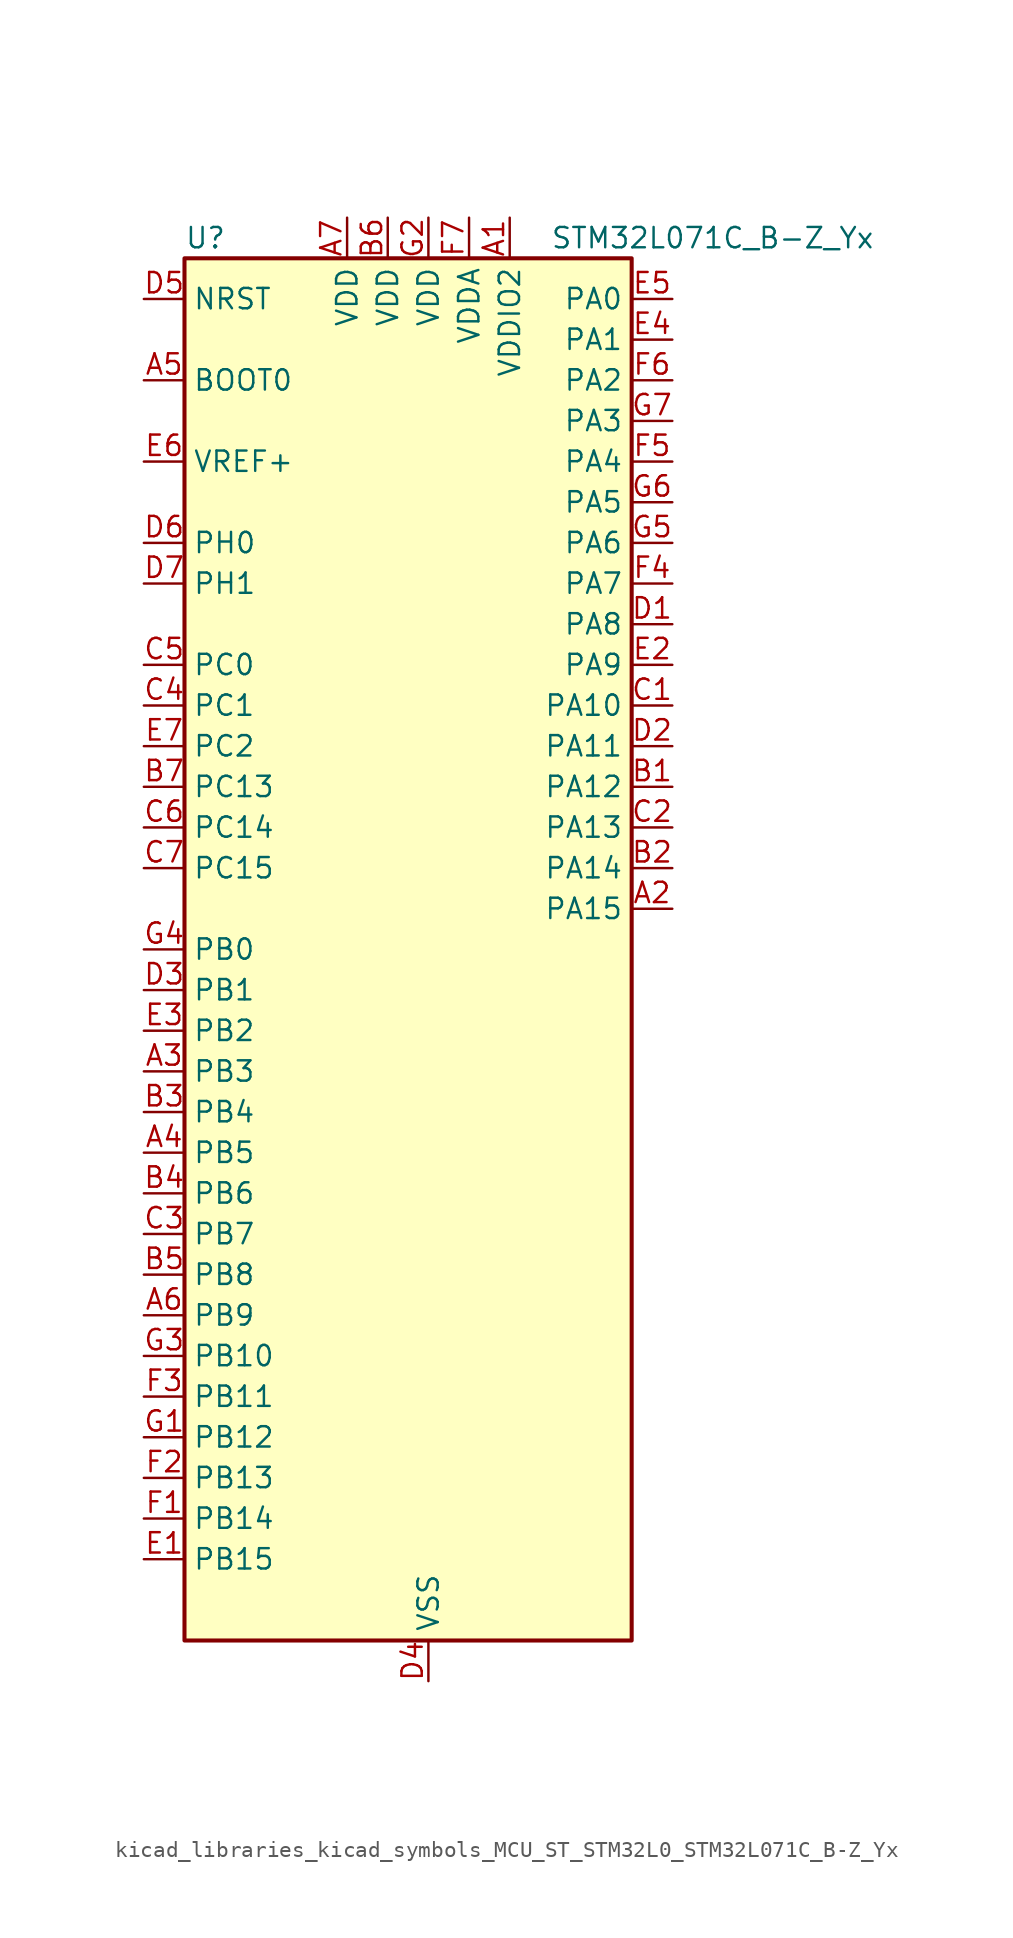
<source format=kicad_sym>
(kicad_symbol_lib
  (version 20220914)
  (generator kicad_symbol_editor)
  (symbol "kicad_libraries_kicad_symbols_MCU_ST_STM32L0_STM32L071C_B-Z_Yx"
    (property "Reference" "U"
      (at -12.7 44.45 0)
      (effects (font (size 1.27 1.27)) (justify left)))
    (property "Value" "STM32L071C_B-Z_Yx"
      (at 10.16 44.45 0)
      (effects (font (size 1.27 1.27)) (justify left)))
    (property "ki_locked" ""
      (at 0 0 0)
      (effects (font (size 1.27 1.27))))
    (symbol "kicad_libraries_kicad_symbols_MCU_ST_STM32L0_STM32L071C_B-Z_Yx_0_1"
      (rectangle (start -12.7 -43.18) (end 15.24 43.18) (stroke (width 0.254) (type default)) (fill (type background))))
    (symbol "kicad_libraries_kicad_symbols_MCU_ST_STM32L0_STM32L071C_B-Z_Yx_1_1"
      (pin power_in line (at 7.62 45.72 270) (length 2.54) (name "VDDIO2" (effects (font (size 1.27 1.27)))) (number "A1" (effects (font (size 1.27 1.27)))))
      (pin bidirectional line (at 17.78 2.54 180) (length 2.54) (name "PA15" (effects (font (size 1.27 1.27)))) (number "A2" (effects (font (size 1.27 1.27)))) (alternate "SPI1_NSS" bidirectional line) (alternate "TIM2_CH1" bidirectional line) (alternate "TIM2_ETR" bidirectional line) (alternate "USART2_RX" bidirectional line) (alternate "USART4_DE" bidirectional line) (alternate "USART4_RTS" bidirectional line))
      (pin bidirectional line (at -15.24 -7.62 0) (length 2.54) (name "PB3" (effects (font (size 1.27 1.27)))) (number "A3" (effects (font (size 1.27 1.27)))) (alternate "COMP2_INM" bidirectional line) (alternate "SPI1_SCK" bidirectional line) (alternate "TIM2_CH2" bidirectional line) (alternate "USART1_DE" bidirectional line) (alternate "USART1_RTS" bidirectional line) (alternate "USART5_TX" bidirectional line))
      (pin bidirectional line (at -15.24 -12.7 0) (length 2.54) (name "PB5" (effects (font (size 1.27 1.27)))) (number "A4" (effects (font (size 1.27 1.27)))) (alternate "COMP2_INP" bidirectional line) (alternate "I2C1_SMBA" bidirectional line) (alternate "LPTIM1_IN1" bidirectional line) (alternate "SPI1_MOSI" bidirectional line) (alternate "TIM22_CH2" bidirectional line) (alternate "TIM3_CH2" bidirectional line) (alternate "USART1_CK" bidirectional line) (alternate "USART5_CK" bidirectional line) (alternate "USART5_DE" bidirectional line) (alternate "USART5_RTS" bidirectional line))
      (pin input line (at -15.24 35.56 0) (length 2.54) (name "BOOT0" (effects (font (size 1.27 1.27)))) (number "A5" (effects (font (size 1.27 1.27)))))
      (pin bidirectional line (at -15.24 -22.86 0) (length 2.54) (name "PB9" (effects (font (size 1.27 1.27)))) (number "A6" (effects (font (size 1.27 1.27)))) (alternate "I2C1_SDA" bidirectional line) (alternate "I2S2_WS" bidirectional line) (alternate "SPI2_NSS" bidirectional line))
      (pin power_in line (at -2.54 45.72 270) (length 2.54) (name "VDD" (effects (font (size 1.27 1.27)))) (number "A7" (effects (font (size 1.27 1.27)))))
      (pin bidirectional line (at 17.78 10.16 180) (length 2.54) (name "PA12" (effects (font (size 1.27 1.27)))) (number "B1" (effects (font (size 1.27 1.27)))) (alternate "COMP2_OUT" bidirectional line) (alternate "SPI1_MOSI" bidirectional line) (alternate "USART1_DE" bidirectional line) (alternate "USART1_RTS" bidirectional line))
      (pin bidirectional line (at 17.78 5.08 180) (length 2.54) (name "PA14" (effects (font (size 1.27 1.27)))) (number "B2" (effects (font (size 1.27 1.27)))) (alternate "LPUART1_TX" bidirectional line) (alternate "SYS_SWCLK" bidirectional line) (alternate "USART2_TX" bidirectional line))
      (pin bidirectional line (at -15.24 -10.16 0) (length 2.54) (name "PB4" (effects (font (size 1.27 1.27)))) (number "B3" (effects (font (size 1.27 1.27)))) (alternate "COMP2_INP" bidirectional line) (alternate "I2C3_SDA" bidirectional line) (alternate "SPI1_MISO" bidirectional line) (alternate "TIM22_CH1" bidirectional line) (alternate "TIM3_CH1" bidirectional line) (alternate "USART1_CTS" bidirectional line) (alternate "USART5_RX" bidirectional line))
      (pin bidirectional line (at -15.24 -15.24 0) (length 2.54) (name "PB6" (effects (font (size 1.27 1.27)))) (number "B4" (effects (font (size 1.27 1.27)))) (alternate "COMP2_INP" bidirectional line) (alternate "I2C1_SCL" bidirectional line) (alternate "LPTIM1_ETR" bidirectional line) (alternate "USART1_TX" bidirectional line))
      (pin bidirectional line (at -15.24 -20.32 0) (length 2.54) (name "PB8" (effects (font (size 1.27 1.27)))) (number "B5" (effects (font (size 1.27 1.27)))) (alternate "I2C1_SCL" bidirectional line))
      (pin power_in line (at 0 45.72 270) (length 2.54) (name "VDD" (effects (font (size 1.27 1.27)))) (number "B6" (effects (font (size 1.27 1.27)))))
      (pin bidirectional line (at -15.24 10.16 0) (length 2.54) (name "PC13" (effects (font (size 1.27 1.27)))) (number "B7" (effects (font (size 1.27 1.27)))) (alternate "RTC_OUT_ALARM" bidirectional line) (alternate "RTC_OUT_CALIB" bidirectional line) (alternate "RTC_TAMP1" bidirectional line) (alternate "RTC_TS" bidirectional line) (alternate "SYS_WKUP2" bidirectional line))
      (pin bidirectional line (at 17.78 15.24 180) (length 2.54) (name "PA10" (effects (font (size 1.27 1.27)))) (number "C1" (effects (font (size 1.27 1.27)))) (alternate "I2C1_SDA" bidirectional line) (alternate "USART1_RX" bidirectional line))
      (pin bidirectional line (at 17.78 7.62 180) (length 2.54) (name "PA13" (effects (font (size 1.27 1.27)))) (number "C2" (effects (font (size 1.27 1.27)))) (alternate "LPUART1_RX" bidirectional line) (alternate "SYS_SWDIO" bidirectional line))
      (pin bidirectional line (at -15.24 -17.78 0) (length 2.54) (name "PB7" (effects (font (size 1.27 1.27)))) (number "C3" (effects (font (size 1.27 1.27)))) (alternate "COMP2_INP" bidirectional line) (alternate "I2C1_SDA" bidirectional line) (alternate "LPTIM1_IN2" bidirectional line) (alternate "SYS_PVD_IN" bidirectional line) (alternate "USART1_RX" bidirectional line) (alternate "USART4_CTS" bidirectional line))
      (pin bidirectional line (at -15.24 15.24 0) (length 2.54) (name "PC1" (effects (font (size 1.27 1.27)))) (number "C4" (effects (font (size 1.27 1.27)))) (alternate "ADC_IN11" bidirectional line) (alternate "I2C3_SDA" bidirectional line) (alternate "LPTIM1_OUT" bidirectional line) (alternate "LPUART1_TX" bidirectional line))
      (pin bidirectional line (at -15.24 17.78 0) (length 2.54) (name "PC0" (effects (font (size 1.27 1.27)))) (number "C5" (effects (font (size 1.27 1.27)))) (alternate "ADC_IN10" bidirectional line) (alternate "I2C3_SCL" bidirectional line) (alternate "LPTIM1_IN1" bidirectional line) (alternate "LPUART1_RX" bidirectional line))
      (pin bidirectional line (at -15.24 7.62 0) (length 2.54) (name "PC14" (effects (font (size 1.27 1.27)))) (number "C6" (effects (font (size 1.27 1.27)))) (alternate "RCC_OSC32_IN" bidirectional line))
      (pin bidirectional line (at -15.24 5.08 0) (length 2.54) (name "PC15" (effects (font (size 1.27 1.27)))) (number "C7" (effects (font (size 1.27 1.27)))) (alternate "RCC_OSC32_OUT" bidirectional line))
      (pin bidirectional line (at 17.78 20.32 180) (length 2.54) (name "PA8" (effects (font (size 1.27 1.27)))) (number "D1" (effects (font (size 1.27 1.27)))) (alternate "I2C3_SCL" bidirectional line) (alternate "RCC_MCO" bidirectional line) (alternate "USART1_CK" bidirectional line))
      (pin bidirectional line (at 17.78 12.7 180) (length 2.54) (name "PA11" (effects (font (size 1.27 1.27)))) (number "D2" (effects (font (size 1.27 1.27)))) (alternate "ADC_EXTI11" bidirectional line) (alternate "COMP1_OUT" bidirectional line) (alternate "SPI1_MISO" bidirectional line) (alternate "USART1_CTS" bidirectional line))
      (pin bidirectional line (at -15.24 -2.54 0) (length 2.54) (name "PB1" (effects (font (size 1.27 1.27)))) (number "D3" (effects (font (size 1.27 1.27)))) (alternate "ADC_IN9" bidirectional line) (alternate "LPUART1_DE" bidirectional line) (alternate "LPUART1_RTS" bidirectional line) (alternate "SYS_VREF_OUT_PB1" bidirectional line) (alternate "TIM3_CH4" bidirectional line))
      (pin power_in line (at 2.54 -45.72 90) (length 2.54) (name "VSS" (effects (font (size 1.27 1.27)))) (number "D4" (effects (font (size 1.27 1.27)))))
      (pin input line (at -15.24 40.64 0) (length 2.54) (name "NRST" (effects (font (size 1.27 1.27)))) (number "D5" (effects (font (size 1.27 1.27)))))
      (pin bidirectional line (at -15.24 25.4 0) (length 2.54) (name "PH0" (effects (font (size 1.27 1.27)))) (number "D6" (effects (font (size 1.27 1.27)))) (alternate "RCC_OSC_IN" bidirectional line))
      (pin bidirectional line (at -15.24 22.86 0) (length 2.54) (name "PH1" (effects (font (size 1.27 1.27)))) (number "D7" (effects (font (size 1.27 1.27)))) (alternate "RCC_OSC_OUT" bidirectional line))
      (pin bidirectional line (at -15.24 -38.1 0) (length 2.54) (name "PB15" (effects (font (size 1.27 1.27)))) (number "E1" (effects (font (size 1.27 1.27)))) (alternate "I2S2_SD" bidirectional line) (alternate "RTC_REFIN" bidirectional line) (alternate "SPI2_MOSI" bidirectional line))
      (pin bidirectional line (at 17.78 17.78 180) (length 2.54) (name "PA9" (effects (font (size 1.27 1.27)))) (number "E2" (effects (font (size 1.27 1.27)))) (alternate "I2C1_SCL" bidirectional line) (alternate "I2C3_SMBA" bidirectional line) (alternate "RCC_MCO" bidirectional line) (alternate "USART1_TX" bidirectional line))
      (pin bidirectional line (at -15.24 -5.08 0) (length 2.54) (name "PB2" (effects (font (size 1.27 1.27)))) (number "E3" (effects (font (size 1.27 1.27)))) (alternate "I2C3_SMBA" bidirectional line) (alternate "LPTIM1_OUT" bidirectional line))
      (pin bidirectional line (at 17.78 38.1 180) (length 2.54) (name "PA1" (effects (font (size 1.27 1.27)))) (number "E4" (effects (font (size 1.27 1.27)))) (alternate "ADC_IN1" bidirectional line) (alternate "COMP1_INP" bidirectional line) (alternate "TIM21_ETR" bidirectional line) (alternate "TIM2_CH2" bidirectional line) (alternate "USART2_DE" bidirectional line) (alternate "USART2_RTS" bidirectional line) (alternate "USART4_RX" bidirectional line))
      (pin bidirectional line (at 17.78 40.64 180) (length 2.54) (name "PA0" (effects (font (size 1.27 1.27)))) (number "E5" (effects (font (size 1.27 1.27)))) (alternate "ADC_IN0" bidirectional line) (alternate "COMP1_INM" bidirectional line) (alternate "COMP1_OUT" bidirectional line) (alternate "RTC_TAMP2" bidirectional line) (alternate "SYS_WKUP1" bidirectional line) (alternate "TIM2_CH1" bidirectional line) (alternate "TIM2_ETR" bidirectional line) (alternate "USART2_CTS" bidirectional line) (alternate "USART4_TX" bidirectional line))
      (pin input line (at -15.24 30.48 0) (length 2.54) (name "VREF+" (effects (font (size 1.27 1.27)))) (number "E6" (effects (font (size 1.27 1.27)))))
      (pin bidirectional line (at -15.24 12.7 0) (length 2.54) (name "PC2" (effects (font (size 1.27 1.27)))) (number "E7" (effects (font (size 1.27 1.27)))) (alternate "ADC_IN12" bidirectional line) (alternate "I2S2_MCK" bidirectional line) (alternate "LPTIM1_IN2" bidirectional line) (alternate "SPI2_MISO" bidirectional line))
      (pin bidirectional line (at -15.24 -35.56 0) (length 2.54) (name "PB14" (effects (font (size 1.27 1.27)))) (number "F1" (effects (font (size 1.27 1.27)))) (alternate "I2C2_SDA" bidirectional line) (alternate "I2S2_MCK" bidirectional line) (alternate "LPUART1_DE" bidirectional line) (alternate "LPUART1_RTS" bidirectional line) (alternate "RTC_OUT_ALARM" bidirectional line) (alternate "RTC_OUT_CALIB" bidirectional line) (alternate "SPI2_MISO" bidirectional line) (alternate "TIM21_CH2" bidirectional line))
      (pin bidirectional line (at -15.24 -33.02 0) (length 2.54) (name "PB13" (effects (font (size 1.27 1.27)))) (number "F2" (effects (font (size 1.27 1.27)))) (alternate "I2C2_SCL" bidirectional line) (alternate "I2S2_CK" bidirectional line) (alternate "LPUART1_CTS" bidirectional line) (alternate "RCC_MCO" bidirectional line) (alternate "SPI2_SCK" bidirectional line) (alternate "TIM21_CH1" bidirectional line))
      (pin bidirectional line (at -15.24 -27.94 0) (length 2.54) (name "PB11" (effects (font (size 1.27 1.27)))) (number "F3" (effects (font (size 1.27 1.27)))) (alternate "ADC_EXTI11" bidirectional line) (alternate "I2C2_SDA" bidirectional line) (alternate "LPUART1_RX" bidirectional line) (alternate "LPUART1_TX" bidirectional line) (alternate "TIM2_CH4" bidirectional line))
      (pin bidirectional line (at 17.78 22.86 180) (length 2.54) (name "PA7" (effects (font (size 1.27 1.27)))) (number "F4" (effects (font (size 1.27 1.27)))) (alternate "ADC_IN7" bidirectional line) (alternate "COMP2_OUT" bidirectional line) (alternate "SPI1_MOSI" bidirectional line) (alternate "TIM22_CH2" bidirectional line) (alternate "TIM3_CH2" bidirectional line))
      (pin bidirectional line (at 17.78 30.48 180) (length 2.54) (name "PA4" (effects (font (size 1.27 1.27)))) (number "F5" (effects (font (size 1.27 1.27)))) (alternate "ADC_IN4" bidirectional line) (alternate "COMP1_INM" bidirectional line) (alternate "COMP2_INM" bidirectional line) (alternate "SPI1_NSS" bidirectional line) (alternate "TIM22_ETR" bidirectional line) (alternate "USART2_CK" bidirectional line))
      (pin bidirectional line (at 17.78 35.56 180) (length 2.54) (name "PA2" (effects (font (size 1.27 1.27)))) (number "F6" (effects (font (size 1.27 1.27)))) (alternate "ADC_IN2" bidirectional line) (alternate "COMP2_INM" bidirectional line) (alternate "COMP2_OUT" bidirectional line) (alternate "LPUART1_TX" bidirectional line) (alternate "TIM21_CH1" bidirectional line) (alternate "TIM2_CH3" bidirectional line) (alternate "USART2_TX" bidirectional line))
      (pin power_in line (at 5.08 45.72 270) (length 2.54) (name "VDDA" (effects (font (size 1.27 1.27)))) (number "F7" (effects (font (size 1.27 1.27)))))
      (pin bidirectional line (at -15.24 -30.48 0) (length 2.54) (name "PB12" (effects (font (size 1.27 1.27)))) (number "G1" (effects (font (size 1.27 1.27)))) (alternate "I2S2_WS" bidirectional line) (alternate "LPUART1_DE" bidirectional line) (alternate "LPUART1_RTS" bidirectional line) (alternate "SPI2_NSS" bidirectional line))
      (pin power_in line (at 2.54 45.72 270) (length 2.54) (name "VDD" (effects (font (size 1.27 1.27)))) (number "G2" (effects (font (size 1.27 1.27)))))
      (pin bidirectional line (at -15.24 -25.4 0) (length 2.54) (name "PB10" (effects (font (size 1.27 1.27)))) (number "G3" (effects (font (size 1.27 1.27)))) (alternate "I2C2_SCL" bidirectional line) (alternate "LPUART1_RX" bidirectional line) (alternate "LPUART1_TX" bidirectional line) (alternate "SPI2_SCK" bidirectional line) (alternate "TIM2_CH3" bidirectional line))
      (pin bidirectional line (at -15.24 0 0) (length 2.54) (name "PB0" (effects (font (size 1.27 1.27)))) (number "G4" (effects (font (size 1.27 1.27)))) (alternate "ADC_IN8" bidirectional line) (alternate "SYS_VREF_OUT_PB0" bidirectional line) (alternate "TIM3_CH3" bidirectional line))
      (pin bidirectional line (at 17.78 25.4 180) (length 2.54) (name "PA6" (effects (font (size 1.27 1.27)))) (number "G5" (effects (font (size 1.27 1.27)))) (alternate "ADC_IN6" bidirectional line) (alternate "COMP1_OUT" bidirectional line) (alternate "LPUART1_CTS" bidirectional line) (alternate "SPI1_MISO" bidirectional line) (alternate "TIM22_CH1" bidirectional line) (alternate "TIM3_CH1" bidirectional line))
      (pin bidirectional line (at 17.78 27.94 180) (length 2.54) (name "PA5" (effects (font (size 1.27 1.27)))) (number "G6" (effects (font (size 1.27 1.27)))) (alternate "ADC_IN5" bidirectional line) (alternate "COMP1_INM" bidirectional line) (alternate "COMP2_INM" bidirectional line) (alternate "SPI1_SCK" bidirectional line) (alternate "TIM2_CH1" bidirectional line) (alternate "TIM2_ETR" bidirectional line))
      (pin bidirectional line (at 17.78 33.02 180) (length 2.54) (name "PA3" (effects (font (size 1.27 1.27)))) (number "G7" (effects (font (size 1.27 1.27)))) (alternate "ADC_IN3" bidirectional line) (alternate "COMP2_INP" bidirectional line) (alternate "LPUART1_RX" bidirectional line) (alternate "TIM21_CH2" bidirectional line) (alternate "TIM2_CH4" bidirectional line) (alternate "USART2_RX" bidirectional line)))))
</source>
